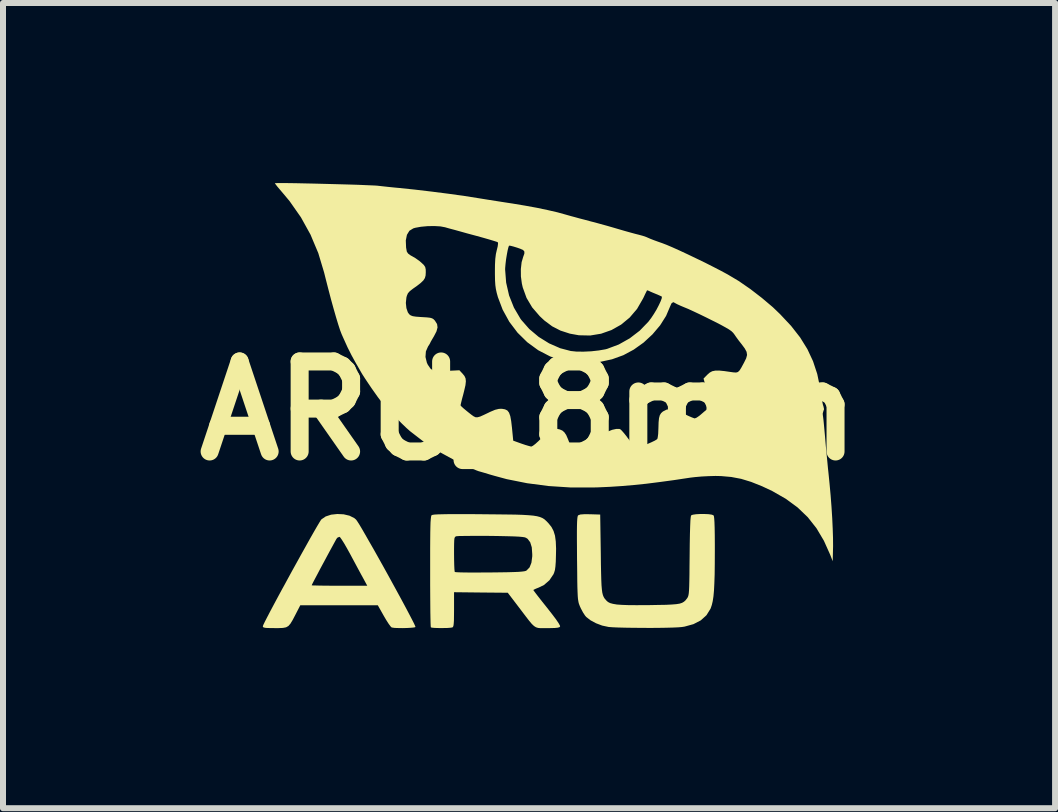
<source format=kicad_pcb>
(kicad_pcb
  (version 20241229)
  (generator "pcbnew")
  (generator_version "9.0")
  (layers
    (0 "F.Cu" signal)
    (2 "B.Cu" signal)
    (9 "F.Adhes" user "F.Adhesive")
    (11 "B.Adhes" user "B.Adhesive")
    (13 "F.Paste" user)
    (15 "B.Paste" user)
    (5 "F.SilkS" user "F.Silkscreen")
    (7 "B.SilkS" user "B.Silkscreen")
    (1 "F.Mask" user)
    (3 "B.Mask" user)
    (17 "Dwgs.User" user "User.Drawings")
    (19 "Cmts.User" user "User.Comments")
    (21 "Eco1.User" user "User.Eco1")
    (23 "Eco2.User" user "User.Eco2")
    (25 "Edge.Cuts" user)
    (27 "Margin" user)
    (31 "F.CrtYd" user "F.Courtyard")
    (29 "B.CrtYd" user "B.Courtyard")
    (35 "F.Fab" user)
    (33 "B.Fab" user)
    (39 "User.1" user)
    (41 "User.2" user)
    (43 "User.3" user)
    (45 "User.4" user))
  (footprint "ARU_8mm"
    (layer "F.Cu")
    (at 5.764 3.794)
    (property "Reference" "ARU_8mm" (at 0 0 0) (layer "F.SilkS") (effects (font (size 1.5 1.5) (thickness 0.3))))
    (attr board_only exclude_from_pos_files exclude_from_bom)
    (fp_poly (pts (xy -3.089 1.725) (xy -2.991 1.748) (xy -2.91 1.789) (xy -2.882 1.813) (xy -2.863 1.839) (xy -2.829 1.892) (xy -2.783 1.969) (xy -2.727 2.066) (xy -2.662 2.18) (xy -2.589 2.307) (xy -2.512 2.444) (xy -2.432 2.587) (xy -2.351 2.733) (xy -2.271 2.879) (xy -2.194 3.02) (xy -2.121 3.154) (xy -2.055 3.277) (xy -1.998 3.385) (xy -1.951 3.475) (xy -1.916 3.544) (xy -1.896 3.588) (xy -1.892 3.603) (xy -1.913 3.61) (xy -1.962 3.615) (xy -2.028 3.619) (xy -2.102 3.621) (xy -2.175 3.62) (xy -2.237 3.618) (xy -2.28 3.612) (xy -2.289 3.61) (xy -2.309 3.59) (xy -2.341 3.546) (xy -2.381 3.483) (xy -2.418 3.42) (xy -2.519 3.241) (xy -3.165 3.241) (xy -3.811 3.241) (xy -3.892 3.398) (xy -3.938 3.486) (xy -3.975 3.547) (xy -4.009 3.586) (xy -4.048 3.608) (xy -4.1 3.618) (xy -4.173 3.621) (xy -4.236 3.621) (xy -4.324 3.62) (xy -4.382 3.618) (xy -4.416 3.612) (xy -4.432 3.603) (xy -4.435 3.591) (xy -4.427 3.568) (xy -4.403 3.518) (xy -4.364 3.442) (xy -4.314 3.346) (xy -4.254 3.233) (xy -4.186 3.106) (xy -4.112 2.969) (xy -4.078 2.908) (xy -3.621 2.908) (xy -3.604 2.91) (xy -3.555 2.911) (xy -3.479 2.913) (xy -3.382 2.914) (xy -3.268 2.915) (xy -3.158 2.915) (xy -2.695 2.915) (xy -2.766 2.784) (xy -2.8 2.722) (xy -2.846 2.637) (xy -2.899 2.538) (xy -2.955 2.434) (xy -2.986 2.376) (xy -3.036 2.286) (xy -3.081 2.208) (xy -3.119 2.148) (xy -3.146 2.11) (xy -3.158 2.1) (xy -3.19 2.113) (xy -3.2 2.123) (xy -3.213 2.143) (xy -3.239 2.19) (xy -3.276 2.258) (xy -3.321 2.34) (xy -3.371 2.433) (xy -3.423 2.53) (xy -3.475 2.626) (xy -3.522 2.716) (xy -3.564 2.795) (xy -3.596 2.856) (xy -3.616 2.896) (xy -3.621 2.908) (xy -4.078 2.908) (xy -4.033 2.825) (xy -3.953 2.678) (xy -3.872 2.532) (xy -3.793 2.389) (xy -3.718 2.255) (xy -3.649 2.131) (xy -3.587 2.022) (xy -3.535 1.932) (xy -3.494 1.863) (xy -3.467 1.82) (xy -3.457 1.808) (xy -3.388 1.761) (xy -3.297 1.731) (xy -3.194 1.72)) (stroke (width 0) (type solid)) (fill yes) (layer "F.SilkS"))
    (fp_poly (pts (xy 2.993 1.723) (xy 3.046 1.731) (xy 3.074 1.742) (xy 3.081 1.759) (xy 3.086 1.798) (xy 3.09 1.861) (xy 3.093 1.952) (xy 3.095 2.071) (xy 3.096 2.223) (xy 3.096 2.344) (xy 3.095 2.552) (xy 3.093 2.727) (xy 3.088 2.873) (xy 3.082 2.994) (xy 3.073 3.092) (xy 3.061 3.171) (xy 3.046 3.235) (xy 3.028 3.288) (xy 3.024 3.298) (xy 2.957 3.406) (xy 2.862 3.492) (xy 2.74 3.555) (xy 2.592 3.596) (xy 2.546 3.603) (xy 2.486 3.608) (xy 2.397 3.612) (xy 2.285 3.615) (xy 2.156 3.617) (xy 2.016 3.618) (xy 1.873 3.617) (xy 1.733 3.616) (xy 1.602 3.614) (xy 1.486 3.611) (xy 1.393 3.607) (xy 1.328 3.602) (xy 1.322 3.601) (xy 1.219 3.579) (xy 1.116 3.54) (xy 1.025 3.491) (xy 0.954 3.436) (xy 0.935 3.414) (xy 0.9 3.361) (xy 0.864 3.293) (xy 0.847 3.256) (xy 0.837 3.23) (xy 0.828 3.204) (xy 0.822 3.174) (xy 0.816 3.137) (xy 0.812 3.088) (xy 0.809 3.023) (xy 0.806 2.939) (xy 0.804 2.832) (xy 0.803 2.698) (xy 0.801 2.532) (xy 0.8 2.461) (xy 0.799 2.28) (xy 0.798 2.133) (xy 0.798 2.014) (xy 0.799 1.923) (xy 0.801 1.854) (xy 0.804 1.804) (xy 0.808 1.771) (xy 0.813 1.751) (xy 0.82 1.741) (xy 0.821 1.741) (xy 0.856 1.728) (xy 0.926 1.723) (xy 1.017 1.724) (xy 1.186 1.729) (xy 1.196 2.381) (xy 1.198 2.557) (xy 1.201 2.701) (xy 1.204 2.816) (xy 1.208 2.907) (xy 1.214 2.977) (xy 1.221 3.03) (xy 1.231 3.07) (xy 1.243 3.1) (xy 1.258 3.126) (xy 1.278 3.149) (xy 1.29 3.163) (xy 1.316 3.186) (xy 1.351 3.204) (xy 1.399 3.217) (xy 1.464 3.228) (xy 1.548 3.234) (xy 1.657 3.238) (xy 1.794 3.239) (xy 1.963 3.238) (xy 2 3.238) (xy 2.157 3.235) (xy 2.282 3.233) (xy 2.38 3.228) (xy 2.454 3.222) (xy 2.51 3.213) (xy 2.55 3.2) (xy 2.581 3.182) (xy 2.606 3.16) (xy 2.629 3.131) (xy 2.633 3.126) (xy 2.642 3.112) (xy 2.65 3.095) (xy 2.657 3.071) (xy 2.662 3.039) (xy 2.666 2.992) (xy 2.669 2.928) (xy 2.671 2.843) (xy 2.673 2.733) (xy 2.674 2.595) (xy 2.676 2.424) (xy 2.676 2.421) (xy 2.678 2.221) (xy 2.681 2.055) (xy 2.685 1.924) (xy 2.689 1.828) (xy 2.695 1.768) (xy 2.701 1.743) (xy 2.728 1.732) (xy 2.781 1.724) (xy 2.85 1.72) (xy 2.924 1.72)) (stroke (width 0) (type solid)) (fill yes) (layer "F.SilkS"))
    (fp_poly (pts (xy -1.027 1.722) (xy -0.828 1.723) (xy -0.766 1.724) (xy -0.555 1.726) (xy -0.377 1.728) (xy -0.229 1.73) (xy -0.107 1.734) (xy -0.008 1.74) (xy 0.071 1.747) (xy 0.133 1.757) (xy 0.182 1.77) (xy 0.221 1.786) (xy 0.254 1.806) (xy 0.282 1.831) (xy 0.311 1.86) (xy 0.325 1.875) (xy 0.374 1.936) (xy 0.409 2.003) (xy 0.433 2.081) (xy 0.446 2.178) (xy 0.451 2.299) (xy 0.449 2.405) (xy 0.446 2.514) (xy 0.44 2.594) (xy 0.432 2.652) (xy 0.419 2.696) (xy 0.408 2.723) (xy 0.34 2.824) (xy 0.249 2.903) (xy 0.163 2.945) (xy 0.113 2.965) (xy 0.08 2.981) (xy 0.072 2.987) (xy 0.083 3.003) (xy 0.113 3.043) (xy 0.159 3.103) (xy 0.218 3.178) (xy 0.286 3.263) (xy 0.301 3.282) (xy 0.384 3.388) (xy 0.449 3.474) (xy 0.493 3.539) (xy 0.516 3.581) (xy 0.518 3.594) (xy 0.507 3.606) (xy 0.479 3.614) (xy 0.43 3.619) (xy 0.352 3.621) (xy 0.307 3.621) (xy 0.241 3.622) (xy 0.191 3.622) (xy 0.151 3.618) (xy 0.116 3.607) (xy 0.083 3.586) (xy 0.047 3.552) (xy 0.004 3.501) (xy -0.051 3.43) (xy -0.123 3.335) (xy -0.167 3.277) (xy -0.354 3.032) (xy -0.802 3.028) (xy -1.249 3.023) (xy -1.249 3.311) (xy -1.25 3.421) (xy -1.251 3.5) (xy -1.255 3.554) (xy -1.26 3.586) (xy -1.269 3.604) (xy -1.278 3.61) (xy -1.31 3.615) (xy -1.365 3.619) (xy -1.433 3.62) (xy -1.504 3.62) (xy -1.568 3.618) (xy -1.615 3.614) (xy -1.635 3.609) (xy -1.638 3.589) (xy -1.64 3.536) (xy -1.642 3.454) (xy -1.644 3.346) (xy -1.645 3.216) (xy -1.646 3.067) (xy -1.647 2.903) (xy -1.647 2.726) (xy -1.647 2.679) (xy -1.647 2.469) (xy -1.647 2.387) (xy -1.249 2.387) (xy -1.248 2.486) (xy -1.246 2.571) (xy -1.243 2.637) (xy -1.239 2.677) (xy -1.236 2.686) (xy -1.216 2.689) (xy -1.163 2.692) (xy -1.083 2.694) (xy -0.981 2.695) (xy -0.86 2.695) (xy -0.725 2.694) (xy -0.652 2.694) (xy -0.488 2.692) (xy -0.355 2.69) (xy -0.252 2.687) (xy -0.174 2.684) (xy -0.117 2.679) (xy -0.078 2.674) (xy -0.052 2.667) (xy -0.041 2.661) (xy 0.009 2.61) (xy 0.04 2.532) (xy 0.054 2.425) (xy 0.054 2.39) (xy 0.046 2.275) (xy 0.02 2.191) (xy -0.023 2.134) (xy -0.051 2.116) (xy -0.074 2.108) (xy -0.114 2.102) (xy -0.173 2.097) (xy -0.255 2.093) (xy -0.364 2.09) (xy -0.503 2.087) (xy -0.633 2.085) (xy -0.77 2.084) (xy -0.897 2.084) (xy -1.009 2.085) (xy -1.101 2.086) (xy -1.167 2.087) (xy -1.204 2.09) (xy -1.208 2.09) (xy -1.223 2.095) (xy -1.234 2.105) (xy -1.242 2.124) (xy -1.246 2.159) (xy -1.248 2.215) (xy -1.249 2.297) (xy -1.249 2.387) (xy -1.647 2.387) (xy -1.647 2.292) (xy -1.646 2.146) (xy -1.645 2.027) (xy -1.643 1.934) (xy -1.641 1.862) (xy -1.637 1.81) (xy -1.633 1.774) (xy -1.629 1.752) (xy -1.623 1.74) (xy -1.621 1.739) (xy -1.606 1.734) (xy -1.571 1.729) (xy -1.514 1.726) (xy -1.434 1.724) (xy -1.327 1.722) (xy -1.192 1.722)) (stroke (width 0) (type solid)) (fill yes) (layer "F.SilkS"))
    (fp_poly (pts (xy -4.083 -3.794) (xy -3.981 -3.793) (xy -3.86 -3.791) (xy -3.724 -3.788) (xy -3.578 -3.785) (xy -3.426 -3.781) (xy -3.273 -3.777) (xy -3.123 -3.773) (xy -2.98 -3.769) (xy -2.849 -3.765) (xy -2.733 -3.76) (xy -2.638 -3.756) (xy -2.567 -3.753) (xy -2.526 -3.75) (xy -2.446 -3.741) (xy -2.345 -3.73) (xy -2.237 -3.719) (xy -2.163 -3.712) (xy -1.903 -3.685) (xy -1.624 -3.652) (xy -1.342 -3.616) (xy -1.07 -3.578) (xy -0.824 -3.539) (xy -0.694 -3.518) (xy -0.548 -3.495) (xy -0.401 -3.472) (xy -0.27 -3.452) (xy -0.253 -3.449) (xy -0.061 -3.417) (xy 0.131 -3.382) (xy 0.311 -3.344) (xy 0.472 -3.307) (xy 0.588 -3.275) (xy 0.648 -3.258) (xy 0.705 -3.242) (xy 0.765 -3.226) (xy 0.837 -3.206) (xy 0.926 -3.183) (xy 1.041 -3.152) (xy 1.086 -3.141) (xy 1.184 -3.114) (xy 1.3 -3.082) (xy 1.418 -3.048) (xy 1.503 -3.023) (xy 1.599 -2.995) (xy 1.692 -2.969) (xy 1.773 -2.947) (xy 1.829 -2.933) (xy 1.895 -2.915) (xy 1.956 -2.894) (xy 1.981 -2.883) (xy 2.02 -2.866) (xy 2.084 -2.841) (xy 2.161 -2.813) (xy 2.216 -2.794) (xy 2.289 -2.766) (xy 2.388 -2.724) (xy 2.508 -2.67) (xy 2.641 -2.608) (xy 2.783 -2.54) (xy 2.928 -2.47) (xy 3.068 -2.399) (xy 3.2 -2.331) (xy 3.309 -2.272) (xy 3.494 -2.162) (xy 3.688 -2.028) (xy 3.88 -1.88) (xy 4.062 -1.726) (xy 4.182 -1.611) (xy 4.366 -1.415) (xy 4.517 -1.222) (xy 4.638 -1.027) (xy 4.732 -0.826) (xy 4.802 -0.614) (xy 4.85 -0.384) (xy 4.861 -0.311) (xy 4.873 -0.226) (xy 4.886 -0.151) (xy 4.898 -0.096) (xy 4.906 -0.072) (xy 4.916 -0.026) (xy 4.906 0.001) (xy 4.894 0.043) (xy 4.895 0.069) (xy 4.899 0.096) (xy 4.906 0.153) (xy 4.914 0.234) (xy 4.923 0.332) (xy 4.933 0.441) (xy 4.933 0.444) (xy 4.944 0.573) (xy 4.957 0.71) (xy 4.97 0.843) (xy 4.981 0.96) (xy 4.988 1.023) (xy 5.007 1.212) (xy 5.025 1.408) (xy 5.04 1.604) (xy 5.052 1.792) (xy 5.06 1.965) (xy 5.065 2.118) (xy 5.066 2.243) (xy 5.066 2.263) (xy 5.06 2.507) (xy 5.018 2.399) (xy 4.913 2.165) (xy 4.79 1.958) (xy 4.645 1.774) (xy 4.475 1.611) (xy 4.279 1.467) (xy 4.052 1.337) (xy 3.884 1.258) (xy 3.701 1.185) (xy 3.534 1.134) (xy 3.37 1.103) (xy 3.2 1.088) (xy 3.107 1.086) (xy 2.996 1.089) (xy 2.877 1.095) (xy 2.765 1.105) (xy 2.688 1.114) (xy 2.416 1.155) (xy 2.172 1.188) (xy 1.951 1.216) (xy 1.744 1.237) (xy 1.547 1.254) (xy 1.351 1.267) (xy 1.15 1.276) (xy 1.068 1.278) (xy 0.695 1.278) (xy 0.326 1.254) (xy -0.032 1.207) (xy -0.372 1.139) (xy -0.575 1.084) (xy -0.662 1.059) (xy -0.744 1.034) (xy -0.81 1.015) (xy -0.842 1.006) (xy -0.882 0.991) (xy -0.948 0.963) (xy -1.032 0.925) (xy -1.126 0.881) (xy -1.195 0.848) (xy -1.485 0.69) (xy -1.766 0.507) (xy -1.981 0.341) (xy -2.044 0.285) (xy -2.123 0.209) (xy -2.211 0.119) (xy -2.301 0.024) (xy -2.387 -0.069) (xy -2.46 -0.153) (xy -2.483 -0.181) (xy -2.519 -0.228) (xy -2.567 -0.296) (xy -2.623 -0.375) (xy -2.679 -0.458) (xy -2.731 -0.536) (xy -2.773 -0.601) (xy -2.798 -0.643) (xy -2.816 -0.675) (xy -2.847 -0.729) (xy -2.884 -0.793) (xy -2.896 -0.814) (xy -2.957 -0.925) (xy -3.023 -1.056) (xy -3.094 -1.213) (xy -3.122 -1.276) (xy -3.147 -1.341) (xy -3.178 -1.436) (xy -3.215 -1.558) (xy -3.256 -1.701) (xy -3.3 -1.86) (xy -3.345 -2.032) (xy -3.391 -2.212) (xy -3.414 -2.304) (xy -3.511 -2.627) (xy -3.6 -2.838) (xy -2.053 -2.838) (xy -2.048 -2.719) (xy -2.036 -2.652) (xy -2.015 -2.62) (xy -1.969 -2.586) (xy -1.951 -2.577) (xy -1.891 -2.542) (xy -1.825 -2.495) (xy -1.797 -2.471) (xy -1.753 -2.43) (xy -1.73 -2.396) (xy -1.721 -2.355) (xy -1.72 -2.306) (xy -1.723 -2.254) (xy -1.735 -2.211) (xy -1.761 -2.171) (xy -1.806 -2.128) (xy -1.873 -2.076) (xy -1.932 -2.035) (xy -1.986 -1.993) (xy -2.018 -1.957) (xy -2.036 -1.914) (xy -2.043 -1.885) (xy -2.052 -1.797) (xy -2.043 -1.711) (xy -2.019 -1.64) (xy -1.995 -1.607) (xy -1.971 -1.589) (xy -1.936 -1.576) (xy -1.883 -1.568) (xy -1.802 -1.562) (xy -1.784 -1.561) (xy -1.703 -1.556) (xy -1.649 -1.55) (xy -1.614 -1.54) (xy -1.59 -1.525) (xy -1.567 -1.501) (xy -1.566 -1.499) (xy -1.532 -1.445) (xy -1.524 -1.389) (xy -1.542 -1.322) (xy -1.584 -1.241) (xy -1.616 -1.187) (xy -1.639 -1.147) (xy -1.647 -1.129) (xy -1.647 -1.129) (xy -1.657 -1.11) (xy -1.68 -1.075) (xy -1.682 -1.072) (xy -1.718 -0.99) (xy -1.725 -0.897) (xy -1.702 -0.801) (xy -1.686 -0.767) (xy -1.642 -0.703) (xy -1.6 -0.67) (xy -1.593 -0.668) (xy -1.557 -0.664) (xy -1.494 -0.662) (xy -1.415 -0.663) (xy -1.354 -0.665) (xy -1.16 -0.675) (xy -1.105 -0.616) (xy -1.075 -0.579) (xy -1.057 -0.539) (xy -1.052 -0.491) (xy -1.059 -0.426) (xy -1.079 -0.339) (xy -1.095 -0.275) (xy -1.115 -0.201) (xy -1.13 -0.14) (xy -1.139 -0.1) (xy -1.141 -0.091) (xy -1.127 -0.073) (xy -1.091 -0.04) (xy -1.039 0.003) (xy -1.012 0.025) (xy -0.96 0.066) (xy -0.922 0.093) (xy -0.89 0.108) (xy -0.856 0.108) (xy -0.813 0.096) (xy -0.753 0.069) (xy -0.669 0.029) (xy -0.649 0.019) (xy -0.566 -0.016) (xy -0.5 -0.032) (xy -0.451 -0.033) (xy -0.4 -0.024) (xy -0.361 -0.005) (xy -0.333 0.031) (xy -0.312 0.089) (xy -0.297 0.172) (xy -0.284 0.282) (xy -0.263 0.498) (xy -0.127 0.547) (xy -0.059 0.57) (xy -0.001 0.587) (xy 0.035 0.596) (xy 0.039 0.596) (xy 0.064 0.584) (xy 0.106 0.552) (xy 0.159 0.504) (xy 0.189 0.473) (xy 0.274 0.391) (xy 0.346 0.336) (xy 0.408 0.307) (xy 0.466 0.301) (xy 0.513 0.311) (xy 0.556 0.33) (xy 0.589 0.359) (xy 0.619 0.403) (xy 0.649 0.472) (xy 0.673 0.534) (xy 0.702 0.601) (xy 0.737 0.661) (xy 0.762 0.692) (xy 0.79 0.718) (xy 0.819 0.732) (xy 0.859 0.74) (xy 0.92 0.742) (xy 0.956 0.742) (xy 1.029 0.741) (xy 1.075 0.737) (xy 1.103 0.727) (xy 1.121 0.709) (xy 1.128 0.7) (xy 1.148 0.661) (xy 1.174 0.601) (xy 1.198 0.535) (xy 1.225 0.467) (xy 1.256 0.407) (xy 1.282 0.371) (xy 1.326 0.341) (xy 1.387 0.317) (xy 1.451 0.303) (xy 1.503 0.302) (xy 1.521 0.308) (xy 1.544 0.329) (xy 1.582 0.372) (xy 1.626 0.427) (xy 1.637 0.443) (xy 1.696 0.52) (xy 1.744 0.569) (xy 1.79 0.594) (xy 1.841 0.596) (xy 1.907 0.578) (xy 1.972 0.554) (xy 2.041 0.524) (xy 2.097 0.497) (xy 2.132 0.475) (xy 2.138 0.469) (xy 2.145 0.44) (xy 2.152 0.385) (xy 2.155 0.314) (xy 2.156 0.29) (xy 2.159 0.192) (xy 2.166 0.123) (xy 2.179 0.075) (xy 2.2 0.04) (xy 2.232 0.011) (xy 2.233 0.011) (xy 2.294 -0.02) (xy 2.364 -0.027) (xy 2.45 -0.008) (xy 2.554 0.035) (xy 2.583 0.05) (xy 2.652 0.084) (xy 2.712 0.11) (xy 2.752 0.125) (xy 2.762 0.127) (xy 2.792 0.115) (xy 2.836 0.085) (xy 2.867 0.059) (xy 2.918 0.015) (xy 2.966 -0.024) (xy 2.987 -0.038) (xy 3.004 -0.051) (xy 3.016 -0.065) (xy 3.021 -0.086) (xy 3.018 -0.12) (xy 3.008 -0.17) (xy 2.989 -0.244) (xy 2.961 -0.345) (xy 2.948 -0.391) (xy 2.908 -0.537) (xy 2.974 -0.604) (xy 3.012 -0.637) (xy 3.053 -0.659) (xy 3.103 -0.669) (xy 3.168 -0.67) (xy 3.258 -0.661) (xy 3.34 -0.649) (xy 3.405 -0.64) (xy 3.449 -0.637) (xy 3.481 -0.646) (xy 3.508 -0.672) (xy 3.537 -0.718) (xy 3.576 -0.79) (xy 3.583 -0.803) (xy 3.618 -0.874) (xy 3.633 -0.93) (xy 3.625 -0.982) (xy 3.595 -1.038) (xy 3.544 -1.107) (xy 3.495 -1.169) (xy 3.449 -1.232) (xy 3.421 -1.273) (xy 3.401 -1.299) (xy 3.373 -1.326) (xy 3.332 -1.355) (xy 3.274 -1.389) (xy 3.194 -1.433) (xy 3.087 -1.488) (xy 3.058 -1.502) (xy 2.948 -1.557) (xy 2.839 -1.61) (xy 2.737 -1.658) (xy 2.652 -1.697) (xy 2.596 -1.72) (xy 2.529 -1.748) (xy 2.474 -1.773) (xy 2.441 -1.79) (xy 2.436 -1.794) (xy 2.403 -1.81) (xy 2.374 -1.79) (xy 2.353 -1.743) (xy 2.284 -1.581) (xy 2.184 -1.423) (xy 2.057 -1.273) (xy 1.909 -1.136) (xy 1.745 -1.019) (xy 1.572 -0.926) (xy 1.384 -0.858) (xy 1.181 -0.814) (xy 0.971 -0.794) (xy 0.765 -0.8) (xy 0.573 -0.832) (xy 0.569 -0.833) (xy 0.353 -0.905) (xy 0.153 -1.009) (xy -0.029 -1.142) (xy -0.19 -1.3) (xy -0.328 -1.482) (xy -0.439 -1.684) (xy -0.518 -1.892) (xy -0.538 -1.964) (xy -0.552 -2.028) (xy -0.561 -2.093) (xy -0.566 -2.17) (xy -0.568 -2.27) (xy -0.568 -2.308) (xy -0.568 -2.353) (xy -0.398 -2.353) (xy -0.381 -2.135) (xy -0.332 -1.921) (xy -0.251 -1.718) (xy -0.143 -1.534) (xy -0.126 -1.511) (xy 0.005 -1.362) (xy 0.161 -1.231) (xy 0.335 -1.123) (xy 0.52 -1.042) (xy 0.695 -0.996) (xy 0.791 -0.986) (xy 0.909 -0.985) (xy 1.038 -0.991) (xy 1.163 -1.005) (xy 1.273 -1.024) (xy 1.303 -1.032) (xy 1.495 -1.104) (xy 1.678 -1.207) (xy 1.845 -1.335) (xy 1.988 -1.483) (xy 2.036 -1.546) (xy 2.081 -1.614) (xy 2.125 -1.687) (xy 2.163 -1.76) (xy 2.193 -1.824) (xy 2.211 -1.873) (xy 2.214 -1.9) (xy 2.213 -1.902) (xy 2.189 -1.914) (xy 2.145 -1.934) (xy 2.118 -1.945) (xy 2.062 -1.968) (xy 2.016 -1.988) (xy 2.003 -1.995) (xy 1.975 -2.006) (xy 1.966 -2.006) (xy 1.957 -1.988) (xy 1.936 -1.946) (xy 1.908 -1.886) (xy 1.897 -1.865) (xy 1.8 -1.697) (xy 1.677 -1.553) (xy 1.534 -1.435) (xy 1.374 -1.345) (xy 1.201 -1.284) (xy 1.019 -1.254) (xy 0.831 -1.258) (xy 0.681 -1.285) (xy 0.524 -1.336) (xy 0.386 -1.407) (xy 0.256 -1.504) (xy 0.18 -1.575) (xy 0.053 -1.722) (xy -0.041 -1.88) (xy -0.104 -2.054) (xy -0.119 -2.118) (xy -0.135 -2.238) (xy -0.136 -2.361) (xy -0.123 -2.476) (xy -0.097 -2.564) (xy -0.078 -2.617) (xy -0.077 -2.652) (xy -0.098 -2.678) (xy -0.147 -2.7) (xy -0.199 -2.718) (xy -0.261 -2.737) (xy -0.308 -2.749) (xy -0.332 -2.751) (xy -0.333 -2.751) (xy -0.343 -2.725) (xy -0.356 -2.673) (xy -0.369 -2.603) (xy -0.382 -2.525) (xy -0.391 -2.449) (xy -0.397 -2.382) (xy -0.398 -2.353) (xy -0.568 -2.353) (xy -0.567 -2.434) (xy -0.562 -2.531) (xy -0.552 -2.61) (xy -0.537 -2.677) (xy -0.537 -2.677) (xy -0.522 -2.738) (xy -0.516 -2.785) (xy -0.519 -2.807) (xy -0.54 -2.816) (xy -0.591 -2.832) (xy -0.667 -2.855) (xy -0.761 -2.882) (xy -0.869 -2.912) (xy -0.914 -2.924) (xy -1.033 -2.956) (xy -1.147 -2.988) (xy -1.248 -3.016) (xy -1.331 -3.038) (xy -1.387 -3.054) (xy -1.396 -3.057) (xy -1.476 -3.072) (xy -1.578 -3.078) (xy -1.69 -3.076) (xy -1.8 -3.066) (xy -1.894 -3.049) (xy -1.928 -3.039) (xy -1.993 -2.999) (xy -2.034 -2.932) (xy -2.053 -2.838) (xy -3.6 -2.838) (xy -3.64 -2.934) (xy -3.8 -3.223) (xy -3.99 -3.494) (xy -4.093 -3.617) (xy -4.148 -3.682) (xy -4.194 -3.736) (xy -4.223 -3.774) (xy -4.234 -3.791) (xy -4.234 -3.792) (xy -4.214 -3.793) (xy -4.162 -3.794)) (stroke (width 0) (type solid)) (fill yes) (layer "F.SilkS")))
  (gr_rect
    (start -3 -3)
    (end 14.529 10.416)
    (stroke (width 0.1) (type default))
    (fill no)
    (layer "Edge.Cuts")))
</source>
